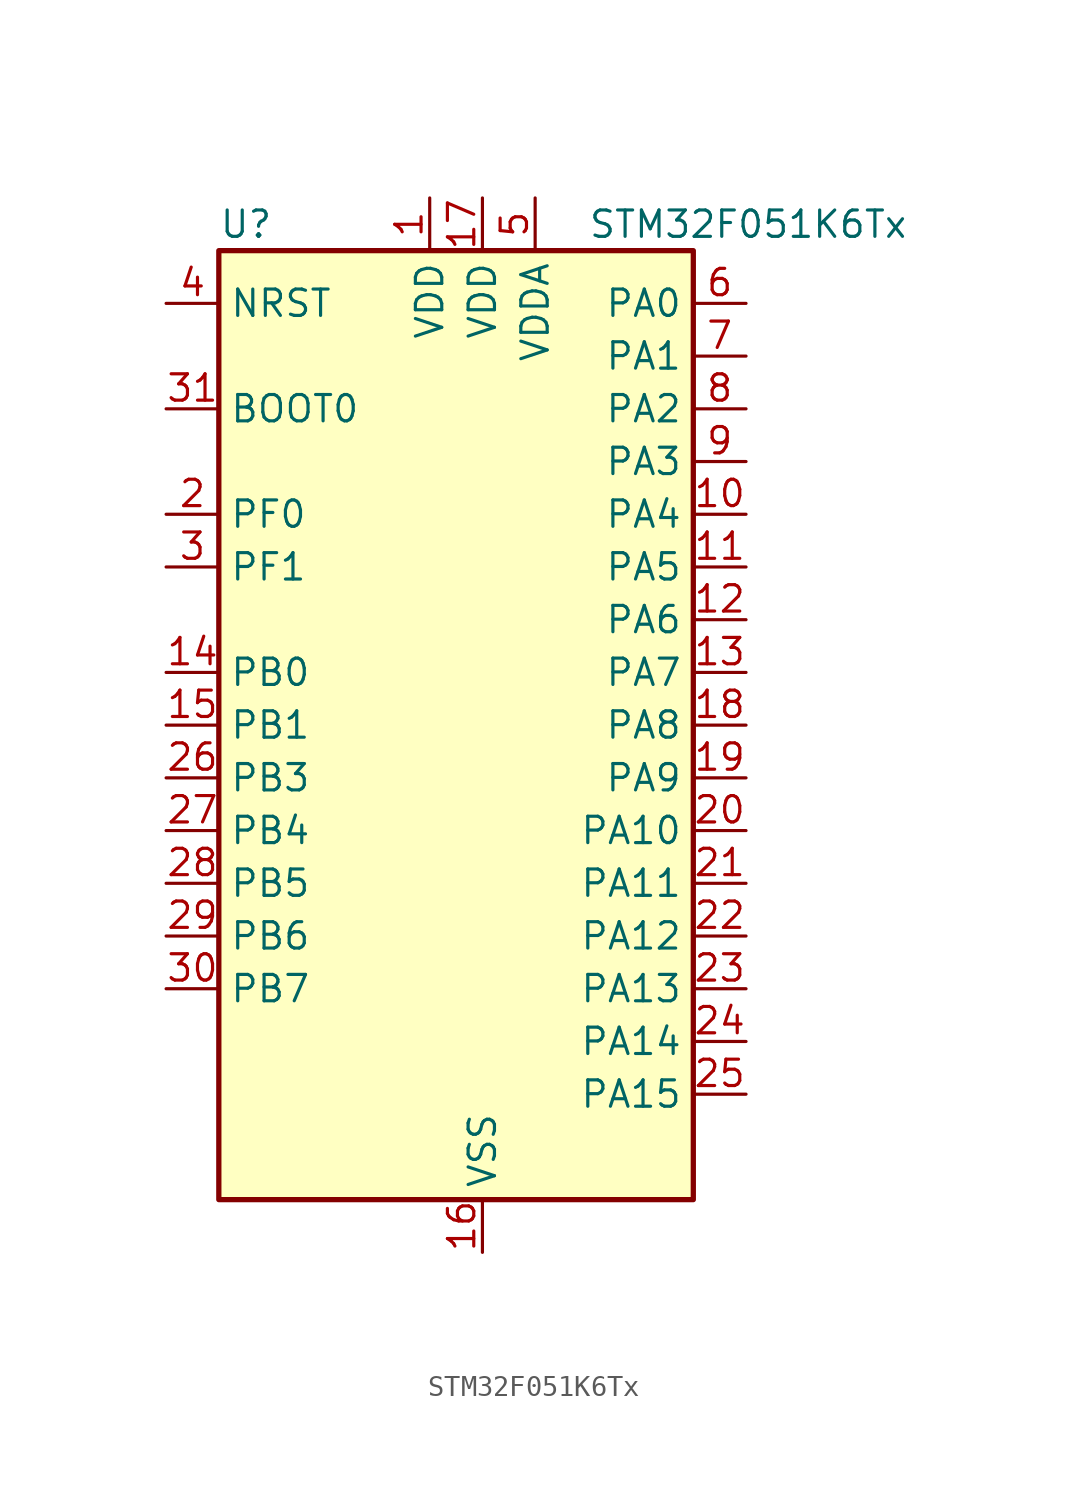
<source format=kicad_sym>
(kicad_symbol_lib
  (version 20231120)
  (generator "kicad_symbol_editor")
  (generator_version "8.0")
  (symbol "STM32F051K6Tx"
    (property "Reference" "U"
      (at -10.16 24.13 0)
      (effects (font (size 1.27 1.27)) (justify left)))
    (property "Value" "STM32F051K6Tx"
      (at 7.62 24.13 0)
      (effects (font (size 1.27 1.27)) (justify left)))
    (property "ki_locked" ""
      (at 0 0 0)
      (effects (font (size 1.27 1.27))))
    (symbol "STM32F051K6Tx_0_1"
      (rectangle (start -10.16 -22.86) (end 12.7 22.86) (stroke (width 0.254) (type default)) (fill (type background))))
    (symbol "STM32F051K6Tx_1_1"
      (pin power_in line (at 0 25.4 270) (length 2.54) (name "VDD" (effects (font (size 1.27 1.27)))) (number "1" (effects (font (size 1.27 1.27)))))
      (pin bidirectional line (at 15.24 10.16 180) (length 2.54) (name "PA4" (effects (font (size 1.27 1.27)))) (number "10" (effects (font (size 1.27 1.27)))) (alternate "ADC_IN4" bidirectional line) (alternate "COMP1_INM" bidirectional line) (alternate "COMP2_INM" bidirectional line) (alternate "DAC1_OUT1" bidirectional line) (alternate "I2S1_WS" bidirectional line) (alternate "SPI1_NSS" bidirectional line) (alternate "TIM14_CH1" bidirectional line) (alternate "TSC_G2_IO1" bidirectional line) (alternate "USART2_CK" bidirectional line))
      (pin bidirectional line (at 15.24 7.62 180) (length 2.54) (name "PA5" (effects (font (size 1.27 1.27)))) (number "11" (effects (font (size 1.27 1.27)))) (alternate "ADC_IN5" bidirectional line) (alternate "CEC" bidirectional line) (alternate "COMP1_INM" bidirectional line) (alternate "COMP2_INM" bidirectional line) (alternate "I2S1_CK" bidirectional line) (alternate "SPI1_SCK" bidirectional line) (alternate "TIM2_CH1" bidirectional line) (alternate "TIM2_ETR" bidirectional line) (alternate "TSC_G2_IO2" bidirectional line))
      (pin bidirectional line (at 15.24 5.08 180) (length 2.54) (name "PA6" (effects (font (size 1.27 1.27)))) (number "12" (effects (font (size 1.27 1.27)))) (alternate "ADC_IN6" bidirectional line) (alternate "COMP1_OUT" bidirectional line) (alternate "I2S1_MCK" bidirectional line) (alternate "SPI1_MISO" bidirectional line) (alternate "TIM16_CH1" bidirectional line) (alternate "TIM1_BKIN" bidirectional line) (alternate "TIM3_CH1" bidirectional line) (alternate "TSC_G2_IO3" bidirectional line))
      (pin bidirectional line (at 15.24 2.54 180) (length 2.54) (name "PA7" (effects (font (size 1.27 1.27)))) (number "13" (effects (font (size 1.27 1.27)))) (alternate "ADC_IN7" bidirectional line) (alternate "COMP2_OUT" bidirectional line) (alternate "I2S1_SD" bidirectional line) (alternate "SPI1_MOSI" bidirectional line) (alternate "TIM14_CH1" bidirectional line) (alternate "TIM17_CH1" bidirectional line) (alternate "TIM1_CH1N" bidirectional line) (alternate "TIM3_CH2" bidirectional line) (alternate "TSC_G2_IO4" bidirectional line))
      (pin bidirectional line (at -12.7 2.54 0) (length 2.54) (name "PB0" (effects (font (size 1.27 1.27)))) (number "14" (effects (font (size 1.27 1.27)))) (alternate "ADC_IN8" bidirectional line) (alternate "TIM1_CH2N" bidirectional line) (alternate "TIM3_CH3" bidirectional line) (alternate "TSC_G3_IO2" bidirectional line))
      (pin bidirectional line (at -12.7 0 0) (length 2.54) (name "PB1" (effects (font (size 1.27 1.27)))) (number "15" (effects (font (size 1.27 1.27)))) (alternate "ADC_IN9" bidirectional line) (alternate "TIM14_CH1" bidirectional line) (alternate "TIM1_CH3N" bidirectional line) (alternate "TIM3_CH4" bidirectional line) (alternate "TSC_G3_IO3" bidirectional line))
      (pin power_in line (at 2.54 -25.4 90) (length 2.54) (name "VSS" (effects (font (size 1.27 1.27)))) (number "16" (effects (font (size 1.27 1.27)))))
      (pin power_in line (at 2.54 25.4 270) (length 2.54) (name "VDD" (effects (font (size 1.27 1.27)))) (number "17" (effects (font (size 1.27 1.27)))))
      (pin bidirectional line (at 15.24 0 180) (length 2.54) (name "PA8" (effects (font (size 1.27 1.27)))) (number "18" (effects (font (size 1.27 1.27)))) (alternate "RCC_MCO" bidirectional line) (alternate "TIM1_CH1" bidirectional line) (alternate "USART1_CK" bidirectional line))
      (pin bidirectional line (at 15.24 -2.54 180) (length 2.54) (name "PA9" (effects (font (size 1.27 1.27)))) (number "19" (effects (font (size 1.27 1.27)))) (alternate "DAC1_EXTI9" bidirectional line) (alternate "TIM15_BKIN" bidirectional line) (alternate "TIM1_CH2" bidirectional line) (alternate "TSC_G4_IO1" bidirectional line) (alternate "USART1_TX" bidirectional line))
      (pin bidirectional line (at -12.7 10.16 0) (length 2.54) (name "PF0" (effects (font (size 1.27 1.27)))) (number "2" (effects (font (size 1.27 1.27)))) (alternate "RCC_OSC_IN" bidirectional line))
      (pin bidirectional line (at 15.24 -5.08 180) (length 2.54) (name "PA10" (effects (font (size 1.27 1.27)))) (number "20" (effects (font (size 1.27 1.27)))) (alternate "TIM17_BKIN" bidirectional line) (alternate "TIM1_CH3" bidirectional line) (alternate "TSC_G4_IO2" bidirectional line) (alternate "USART1_RX" bidirectional line))
      (pin bidirectional line (at 15.24 -7.62 180) (length 2.54) (name "PA11" (effects (font (size 1.27 1.27)))) (number "21" (effects (font (size 1.27 1.27)))) (alternate "COMP1_OUT" bidirectional line) (alternate "TIM1_CH4" bidirectional line) (alternate "TSC_G4_IO3" bidirectional line) (alternate "USART1_CTS" bidirectional line))
      (pin bidirectional line (at 15.24 -10.16 180) (length 2.54) (name "PA12" (effects (font (size 1.27 1.27)))) (number "22" (effects (font (size 1.27 1.27)))) (alternate "COMP2_OUT" bidirectional line) (alternate "TIM1_ETR" bidirectional line) (alternate "TSC_G4_IO4" bidirectional line) (alternate "USART1_DE" bidirectional line) (alternate "USART1_RTS" bidirectional line))
      (pin bidirectional line (at 15.24 -12.7 180) (length 2.54) (name "PA13" (effects (font (size 1.27 1.27)))) (number "23" (effects (font (size 1.27 1.27)))) (alternate "IR_OUT" bidirectional line) (alternate "SYS_SWDIO" bidirectional line))
      (pin bidirectional line (at 15.24 -15.24 180) (length 2.54) (name "PA14" (effects (font (size 1.27 1.27)))) (number "24" (effects (font (size 1.27 1.27)))) (alternate "SYS_SWCLK" bidirectional line) (alternate "USART2_TX" bidirectional line))
      (pin bidirectional line (at 15.24 -17.78 180) (length 2.54) (name "PA15" (effects (font (size 1.27 1.27)))) (number "25" (effects (font (size 1.27 1.27)))) (alternate "I2S1_WS" bidirectional line) (alternate "SPI1_NSS" bidirectional line) (alternate "TIM2_CH1" bidirectional line) (alternate "TIM2_ETR" bidirectional line) (alternate "USART2_RX" bidirectional line))
      (pin bidirectional line (at -12.7 -2.54 0) (length 2.54) (name "PB3" (effects (font (size 1.27 1.27)))) (number "26" (effects (font (size 1.27 1.27)))) (alternate "I2S1_CK" bidirectional line) (alternate "SPI1_SCK" bidirectional line) (alternate "TIM2_CH2" bidirectional line) (alternate "TSC_G5_IO1" bidirectional line))
      (pin bidirectional line (at -12.7 -5.08 0) (length 2.54) (name "PB4" (effects (font (size 1.27 1.27)))) (number "27" (effects (font (size 1.27 1.27)))) (alternate "I2S1_MCK" bidirectional line) (alternate "SPI1_MISO" bidirectional line) (alternate "TIM3_CH1" bidirectional line) (alternate "TSC_G5_IO2" bidirectional line))
      (pin bidirectional line (at -12.7 -7.62 0) (length 2.54) (name "PB5" (effects (font (size 1.27 1.27)))) (number "28" (effects (font (size 1.27 1.27)))) (alternate "I2C1_SMBA" bidirectional line) (alternate "I2S1_SD" bidirectional line) (alternate "SPI1_MOSI" bidirectional line) (alternate "TIM16_BKIN" bidirectional line) (alternate "TIM3_CH2" bidirectional line))
      (pin bidirectional line (at -12.7 -10.16 0) (length 2.54) (name "PB6" (effects (font (size 1.27 1.27)))) (number "29" (effects (font (size 1.27 1.27)))) (alternate "I2C1_SCL" bidirectional line) (alternate "TIM16_CH1N" bidirectional line) (alternate "TSC_G5_IO3" bidirectional line) (alternate "USART1_TX" bidirectional line))
      (pin bidirectional line (at -12.7 7.62 0) (length 2.54) (name "PF1" (effects (font (size 1.27 1.27)))) (number "3" (effects (font (size 1.27 1.27)))) (alternate "RCC_OSC_OUT" bidirectional line))
      (pin bidirectional line (at -12.7 -12.7 0) (length 2.54) (name "PB7" (effects (font (size 1.27 1.27)))) (number "30" (effects (font (size 1.27 1.27)))) (alternate "I2C1_SDA" bidirectional line) (alternate "TIM17_CH1N" bidirectional line) (alternate "TSC_G5_IO4" bidirectional line) (alternate "USART1_RX" bidirectional line))
      (pin input line (at -12.7 15.24 0) (length 2.54) (name "BOOT0" (effects (font (size 1.27 1.27)))) (number "31" (effects (font (size 1.27 1.27)))))
      (pin passive line (at 2.54 -25.4 90) (length 2.54) hide (name "VSS" (effects (font (size 1.27 1.27)))) (number "32" (effects (font (size 1.27 1.27)))))
      (pin input line (at -12.7 20.32 0) (length 2.54) (name "NRST" (effects (font (size 1.27 1.27)))) (number "4" (effects (font (size 1.27 1.27)))))
      (pin power_in line (at 5.08 25.4 270) (length 2.54) (name "VDDA" (effects (font (size 1.27 1.27)))) (number "5" (effects (font (size 1.27 1.27)))))
      (pin bidirectional line (at 15.24 20.32 180) (length 2.54) (name "PA0" (effects (font (size 1.27 1.27)))) (number "6" (effects (font (size 1.27 1.27)))) (alternate "ADC_IN0" bidirectional line) (alternate "COMP1_INM" bidirectional line) (alternate "COMP1_OUT" bidirectional line) (alternate "RTC_TAMP2" bidirectional line) (alternate "SYS_WKUP1" bidirectional line) (alternate "TIM2_CH1" bidirectional line) (alternate "TIM2_ETR" bidirectional line) (alternate "TSC_G1_IO1" bidirectional line) (alternate "USART2_CTS" bidirectional line))
      (pin bidirectional line (at 15.24 17.78 180) (length 2.54) (name "PA1" (effects (font (size 1.27 1.27)))) (number "7" (effects (font (size 1.27 1.27)))) (alternate "ADC_IN1" bidirectional line) (alternate "COMP1_INP" bidirectional line) (alternate "TIM2_CH2" bidirectional line) (alternate "TSC_G1_IO2" bidirectional line) (alternate "USART2_DE" bidirectional line) (alternate "USART2_RTS" bidirectional line))
      (pin bidirectional line (at 15.24 15.24 180) (length 2.54) (name "PA2" (effects (font (size 1.27 1.27)))) (number "8" (effects (font (size 1.27 1.27)))) (alternate "ADC_IN2" bidirectional line) (alternate "COMP2_INM" bidirectional line) (alternate "COMP2_OUT" bidirectional line) (alternate "TIM15_CH1" bidirectional line) (alternate "TIM2_CH3" bidirectional line) (alternate "TSC_G1_IO3" bidirectional line) (alternate "USART2_TX" bidirectional line))
      (pin bidirectional line (at 15.24 12.7 180) (length 2.54) (name "PA3" (effects (font (size 1.27 1.27)))) (number "9" (effects (font (size 1.27 1.27)))) (alternate "ADC_IN3" bidirectional line) (alternate "COMP2_INP" bidirectional line) (alternate "TIM15_CH2" bidirectional line) (alternate "TIM2_CH4" bidirectional line) (alternate "TSC_G1_IO4" bidirectional line) (alternate "USART2_RX" bidirectional line)))))
</source>
